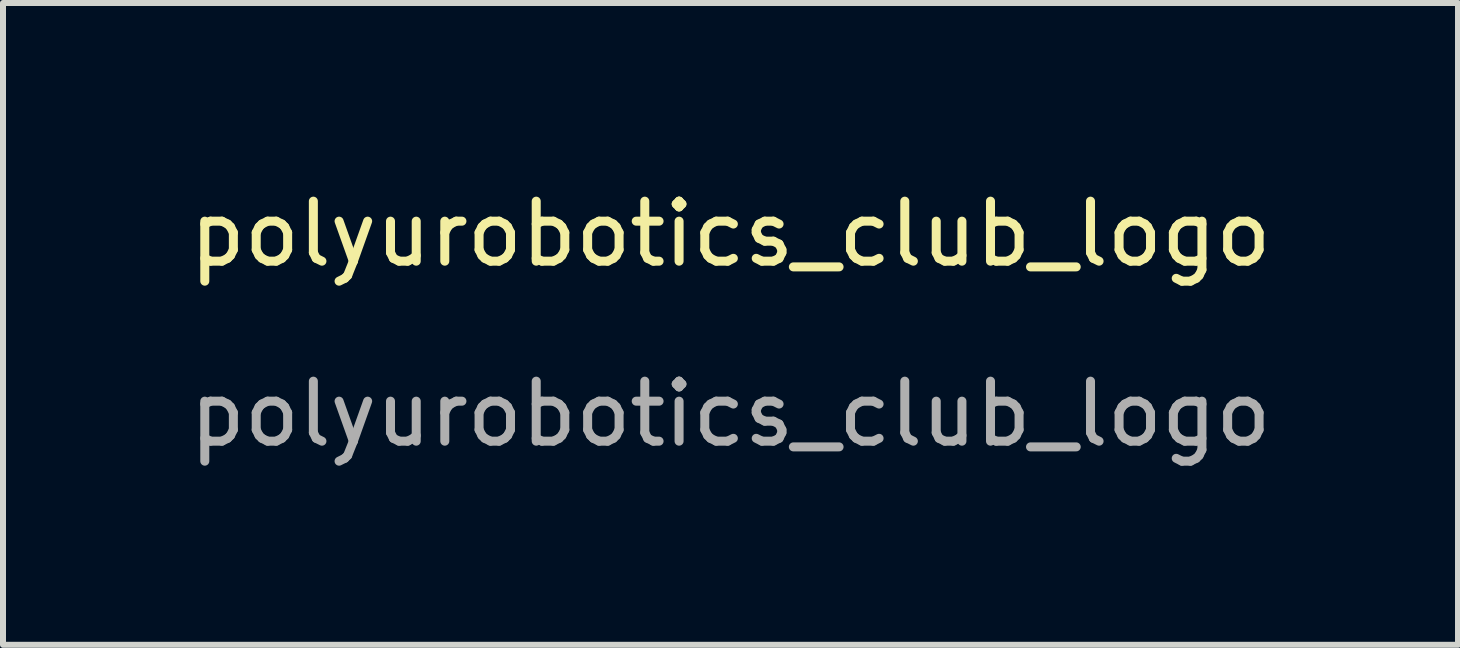
<source format=kicad_pcb>
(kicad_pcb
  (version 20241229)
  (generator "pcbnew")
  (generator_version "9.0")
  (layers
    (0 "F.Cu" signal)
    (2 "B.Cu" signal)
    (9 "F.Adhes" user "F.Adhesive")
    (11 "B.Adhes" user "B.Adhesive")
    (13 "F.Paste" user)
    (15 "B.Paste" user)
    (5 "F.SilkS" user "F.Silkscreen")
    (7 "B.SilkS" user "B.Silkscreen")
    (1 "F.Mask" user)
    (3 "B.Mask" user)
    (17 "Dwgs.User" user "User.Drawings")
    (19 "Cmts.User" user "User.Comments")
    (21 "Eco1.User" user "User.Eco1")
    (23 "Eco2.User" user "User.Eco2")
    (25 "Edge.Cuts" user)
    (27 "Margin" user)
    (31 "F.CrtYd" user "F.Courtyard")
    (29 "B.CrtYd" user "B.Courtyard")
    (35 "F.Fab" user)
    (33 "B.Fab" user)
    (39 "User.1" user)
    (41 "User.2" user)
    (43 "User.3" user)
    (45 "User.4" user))
  (footprint "polyurobotics_club_logo"
    (layer "F.Cu")
    (at 9.125 1.348)
    (property "Reference" "polyurobotics_club_logo" (at 0 -0.5 0) (unlocked yes) (layer "F.SilkS") (effects (font (size 1 1) (thickness 0.15))))
    (fp_text user "${REFERENCE}" (at 0 2.5 0) (unlocked yes) (layer "F.Fab") (effects (font (size 1 1) (thickness 0.15)))))
  (gr_rect
    (start -3 -3)
    (end 21.25 7.697)
    (stroke (width 0.1) (type default))
    (fill no)
    (layer "Edge.Cuts")))
</source>
